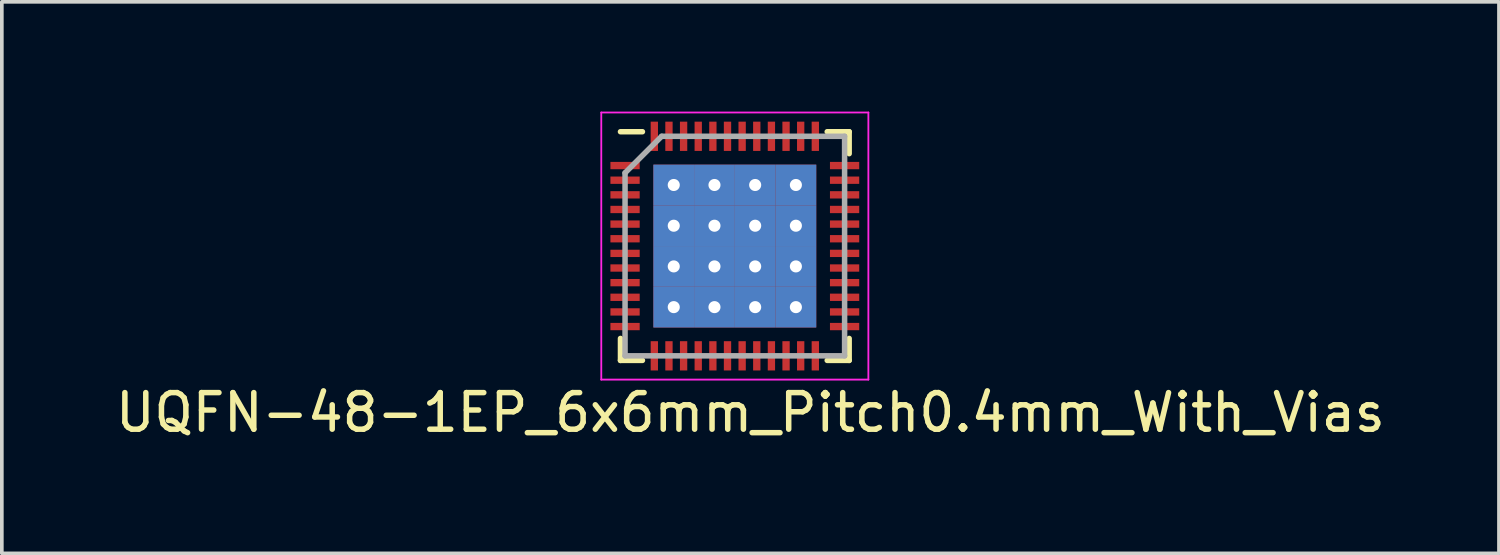
<source format=kicad_pcb>
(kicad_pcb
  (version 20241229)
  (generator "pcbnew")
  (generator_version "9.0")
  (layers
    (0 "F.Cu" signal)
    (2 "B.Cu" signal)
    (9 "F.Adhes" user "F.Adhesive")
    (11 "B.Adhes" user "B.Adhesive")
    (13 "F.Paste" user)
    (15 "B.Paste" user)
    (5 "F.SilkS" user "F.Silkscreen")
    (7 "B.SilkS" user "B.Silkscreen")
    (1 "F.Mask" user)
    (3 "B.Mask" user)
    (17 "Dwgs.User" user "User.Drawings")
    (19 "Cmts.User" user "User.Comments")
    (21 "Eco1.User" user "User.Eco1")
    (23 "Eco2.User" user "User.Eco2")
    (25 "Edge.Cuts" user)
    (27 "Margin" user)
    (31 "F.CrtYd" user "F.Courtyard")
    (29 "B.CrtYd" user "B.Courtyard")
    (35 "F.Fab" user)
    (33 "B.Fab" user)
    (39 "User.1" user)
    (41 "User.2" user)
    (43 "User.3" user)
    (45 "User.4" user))
  (footprint "UQFN-48-1EP_6x6mm_Pitch0.4mm_With_Vias"
    (layer "F.Cu")
    (at 17.033 3.675)
    (property "Reference" "UQFN-48-1EP_6x6mm_Pitch0.4mm_With_Vias" (at 0.425 4.55 0) (layer "F.SilkS") (effects (font (size 1 1) (thickness 0.15))))
    (attr smd)
    (fp_line (start -3.125 -3.125) (end -2.525 -3.125) (stroke (width 0.15) (type solid)) (layer "F.SilkS"))
    (fp_line (start -3.125 3.125) (end -3.125 2.525) (stroke (width 0.15) (type solid)) (layer "F.SilkS"))
    (fp_line (start -3.125 3.125) (end -2.525 3.125) (stroke (width 0.15) (type solid)) (layer "F.SilkS"))
    (fp_line (start 3.125 -3.125) (end 2.525 -3.125) (stroke (width 0.15) (type solid)) (layer "F.SilkS"))
    (fp_line (start 3.125 -3.125) (end 3.125 -2.525) (stroke (width 0.15) (type solid)) (layer "F.SilkS"))
    (fp_line (start 3.125 3.125) (end 2.525 3.125) (stroke (width 0.15) (type solid)) (layer "F.SilkS"))
    (fp_line (start 3.125 3.125) (end 3.125 2.525) (stroke (width 0.15) (type solid)) (layer "F.SilkS"))
    (fp_line (start -3.65 -3.65) (end -3.65 3.65) (stroke (width 0.05) (type solid)) (layer "F.CrtYd"))
    (fp_line (start -3.65 -3.65) (end 3.65 -3.65) (stroke (width 0.05) (type solid)) (layer "F.CrtYd"))
    (fp_line (start -3.65 3.65) (end 3.65 3.65) (stroke (width 0.05) (type solid)) (layer "F.CrtYd"))
    (fp_line (start 3.65 -3.65) (end 3.65 3.65) (stroke (width 0.05) (type solid)) (layer "F.CrtYd"))
    (fp_line (start -3 -2) (end -2 -3) (stroke (width 0.15) (type solid)) (layer "F.Fab"))
    (fp_line (start -3 3) (end -3 -2) (stroke (width 0.15) (type solid)) (layer "F.Fab"))
    (fp_line (start -2 -3) (end 3 -3) (stroke (width 0.15) (type solid)) (layer "F.Fab"))
    (fp_line (start 3 -3) (end 3 3) (stroke (width 0.15) (type solid)) (layer "F.Fab"))
    (fp_line (start 3 3) (end -3 3) (stroke (width 0.15) (type solid)) (layer "F.Fab"))
    (pad "1" smd rect (at -3 -2.2) (size 0.8 0.2) (layers "F.Cu" "F.Mask" "F.Paste"))
    (pad "2" smd rect (at -3 -1.8) (size 0.8 0.2) (layers "F.Cu" "F.Mask" "F.Paste"))
    (pad "3" smd rect (at -3 -1.4) (size 0.8 0.2) (layers "F.Cu" "F.Mask" "F.Paste"))
    (pad "4" smd rect (at -3 -1) (size 0.8 0.2) (layers "F.Cu" "F.Mask" "F.Paste"))
    (pad "5" smd rect (at -3 -0.6) (size 0.8 0.2) (layers "F.Cu" "F.Mask" "F.Paste"))
    (pad "6" smd rect (at -3 -0.2) (size 0.8 0.2) (layers "F.Cu" "F.Mask" "F.Paste"))
    (pad "7" smd rect (at -3 0.2) (size 0.8 0.2) (layers "F.Cu" "F.Mask" "F.Paste"))
    (pad "8" smd rect (at -3 0.6) (size 0.8 0.2) (layers "F.Cu" "F.Mask" "F.Paste"))
    (pad "9" smd rect (at -3 1) (size 0.8 0.2) (layers "F.Cu" "F.Mask" "F.Paste"))
    (pad "10" smd rect (at -3 1.4) (size 0.8 0.2) (layers "F.Cu" "F.Mask" "F.Paste"))
    (pad "11" smd rect (at -3 1.8) (size 0.8 0.2) (layers "F.Cu" "F.Mask" "F.Paste"))
    (pad "12" smd rect (at -3 2.2) (size 0.8 0.2) (layers "F.Cu" "F.Mask" "F.Paste"))
    (pad "13" smd rect (at -2.2 3 90) (size 0.8 0.2) (layers "F.Cu" "F.Mask" "F.Paste"))
    (pad "14" smd rect (at -1.8 3 90) (size 0.8 0.2) (layers "F.Cu" "F.Mask" "F.Paste"))
    (pad "15" smd rect (at -1.4 3 90) (size 0.8 0.2) (layers "F.Cu" "F.Mask" "F.Paste"))
    (pad "16" smd rect (at -1 3 90) (size 0.8 0.2) (layers "F.Cu" "F.Mask" "F.Paste"))
    (pad "17" smd rect (at -0.6 3 90) (size 0.8 0.2) (layers "F.Cu" "F.Mask" "F.Paste"))
    (pad "18" smd rect (at -0.2 3 90) (size 0.8 0.2) (layers "F.Cu" "F.Mask" "F.Paste"))
    (pad "19" smd rect (at 0.2 3 90) (size 0.8 0.2) (layers "F.Cu" "F.Mask" "F.Paste"))
    (pad "20" smd rect (at 0.6 3 90) (size 0.8 0.2) (layers "F.Cu" "F.Mask" "F.Paste"))
    (pad "21" smd rect (at 1 3 90) (size 0.8 0.2) (layers "F.Cu" "F.Mask" "F.Paste"))
    (pad "22" smd rect (at 1.4 3 90) (size 0.8 0.2) (layers "F.Cu" "F.Mask" "F.Paste"))
    (pad "23" smd rect (at 1.8 3 90) (size 0.8 0.2) (layers "F.Cu" "F.Mask" "F.Paste"))
    (pad "24" smd rect (at 2.2 3 90) (size 0.8 0.2) (layers "F.Cu" "F.Mask" "F.Paste"))
    (pad "25" smd rect (at 3 2.2) (size 0.8 0.2) (layers "F.Cu" "F.Mask" "F.Paste"))
    (pad "26" smd rect (at 3 1.8) (size 0.8 0.2) (layers "F.Cu" "F.Mask" "F.Paste"))
    (pad "27" smd rect (at 3 1.4) (size 0.8 0.2) (layers "F.Cu" "F.Mask" "F.Paste"))
    (pad "28" smd rect (at 3 1) (size 0.8 0.2) (layers "F.Cu" "F.Mask" "F.Paste"))
    (pad "29" smd rect (at 3 0.6) (size 0.8 0.2) (layers "F.Cu" "F.Mask" "F.Paste"))
    (pad "30" smd rect (at 3 0.2) (size 0.8 0.2) (layers "F.Cu" "F.Mask" "F.Paste"))
    (pad "31" smd rect (at 3 -0.2) (size 0.8 0.2) (layers "F.Cu" "F.Mask" "F.Paste"))
    (pad "32" smd rect (at 3 -0.6) (size 0.8 0.2) (layers "F.Cu" "F.Mask" "F.Paste"))
    (pad "33" smd rect (at 3 -1) (size 0.8 0.2) (layers "F.Cu" "F.Mask" "F.Paste"))
    (pad "34" smd rect (at 3 -1.4) (size 0.8 0.2) (layers "F.Cu" "F.Mask" "F.Paste"))
    (pad "35" smd rect (at 3 -1.8) (size 0.8 0.2) (layers "F.Cu" "F.Mask" "F.Paste"))
    (pad "36" smd rect (at 3 -2.2) (size 0.8 0.2) (layers "F.Cu" "F.Mask" "F.Paste"))
    (pad "37" smd rect (at 2.2 -3 90) (size 0.8 0.2) (layers "F.Cu" "F.Mask" "F.Paste"))
    (pad "38" smd rect (at 1.8 -3 90) (size 0.8 0.2) (layers "F.Cu" "F.Mask" "F.Paste"))
    (pad "39" smd rect (at 1.4 -3 90) (size 0.8 0.2) (layers "F.Cu" "F.Mask" "F.Paste"))
    (pad "40" smd rect (at 1 -3 90) (size 0.8 0.2) (layers "F.Cu" "F.Mask" "F.Paste"))
    (pad "41" smd rect (at 0.6 -3 90) (size 0.8 0.2) (layers "F.Cu" "F.Mask" "F.Paste"))
    (pad "42" smd rect (at 0.2 -3 90) (size 0.8 0.2) (layers "F.Cu" "F.Mask" "F.Paste"))
    (pad "43" smd rect (at -0.2 -3 90) (size 0.8 0.2) (layers "F.Cu" "F.Mask" "F.Paste"))
    (pad "44" smd rect (at -0.6 -3 90) (size 0.8 0.2) (layers "F.Cu" "F.Mask" "F.Paste"))
    (pad "45" smd rect (at -1 -3 90) (size 0.8 0.2) (layers "F.Cu" "F.Mask" "F.Paste"))
    (pad "46" smd rect (at -1.4 -3 90) (size 0.8 0.2) (layers "F.Cu" "F.Mask" "F.Paste"))
    (pad "47" smd rect (at -1.8 -3 90) (size 0.8 0.2) (layers "F.Cu" "F.Mask" "F.Paste"))
    (pad "48" smd rect (at -2.2 -3 90) (size 0.8 0.2) (layers "F.Cu" "F.Mask" "F.Paste"))
    (pad "49" thru_hole rect (at -1.669 -1.669) (size 1.113 1.113) (drill 0.33) (layers "*.Cu" "F.Mask" "F.Paste"))
    (pad "49" thru_hole rect (at -1.669 -0.556) (size 1.113 1.113) (drill 0.33) (layers "*.Cu" "F.Mask" "F.Paste"))
    (pad "49" thru_hole rect (at -1.669 0.556) (size 1.113 1.113) (drill 0.33) (layers "*.Cu" "F.Mask" "F.Paste"))
    (pad "49" thru_hole rect (at -1.669 1.669) (size 1.113 1.113) (drill 0.33) (layers "*.Cu" "F.Mask" "F.Paste"))
    (pad "49" thru_hole rect (at -0.556 -1.669) (size 1.113 1.113) (drill 0.33) (layers "*.Cu" "F.Mask" "F.Paste"))
    (pad "49" thru_hole rect (at -0.556 -0.556) (size 1.113 1.113) (drill 0.33) (layers "*.Cu" "F.Mask" "F.Paste"))
    (pad "49" thru_hole rect (at -0.556 0.556) (size 1.113 1.113) (drill 0.33) (layers "*.Cu" "F.Mask" "F.Paste"))
    (pad "49" thru_hole rect (at -0.556 1.669) (size 1.113 1.113) (drill 0.33) (layers "*.Cu" "F.Mask" "F.Paste"))
    (pad "49" thru_hole rect (at 0.556 -1.669) (size 1.113 1.113) (drill 0.33) (layers "*.Cu" "F.Mask" "F.Paste"))
    (pad "49" thru_hole rect (at 0.556 -0.556) (size 1.113 1.113) (drill 0.33) (layers "*.Cu" "F.Mask" "F.Paste"))
    (pad "49" thru_hole rect (at 0.556 0.556) (size 1.113 1.113) (drill 0.33) (layers "*.Cu" "F.Mask" "F.Paste"))
    (pad "49" thru_hole rect (at 0.556 1.669) (size 1.113 1.113) (drill 0.33) (layers "*.Cu" "F.Mask" "F.Paste"))
    (pad "49" thru_hole rect (at 1.669 -1.669) (size 1.113 1.113) (drill 0.33) (layers "*.Cu" "F.Mask" "F.Paste"))
    (pad "49" thru_hole rect (at 1.669 -0.556) (size 1.113 1.113) (drill 0.33) (layers "*.Cu" "F.Mask" "F.Paste"))
    (pad "49" thru_hole rect (at 1.669 0.556) (size 1.113 1.113) (drill 0.33) (layers "*.Cu" "F.Mask" "F.Paste"))
    (pad "49" thru_hole rect (at 1.669 1.669) (size 1.113 1.113) (drill 0.33) (layers "*.Cu" "F.Mask" "F.Paste")))
  (gr_rect
    (start -3 -3)
    (end 37.917 12.073)
    (stroke (width 0.1) (type default))
    (fill no)
    (layer "Edge.Cuts")))
</source>
